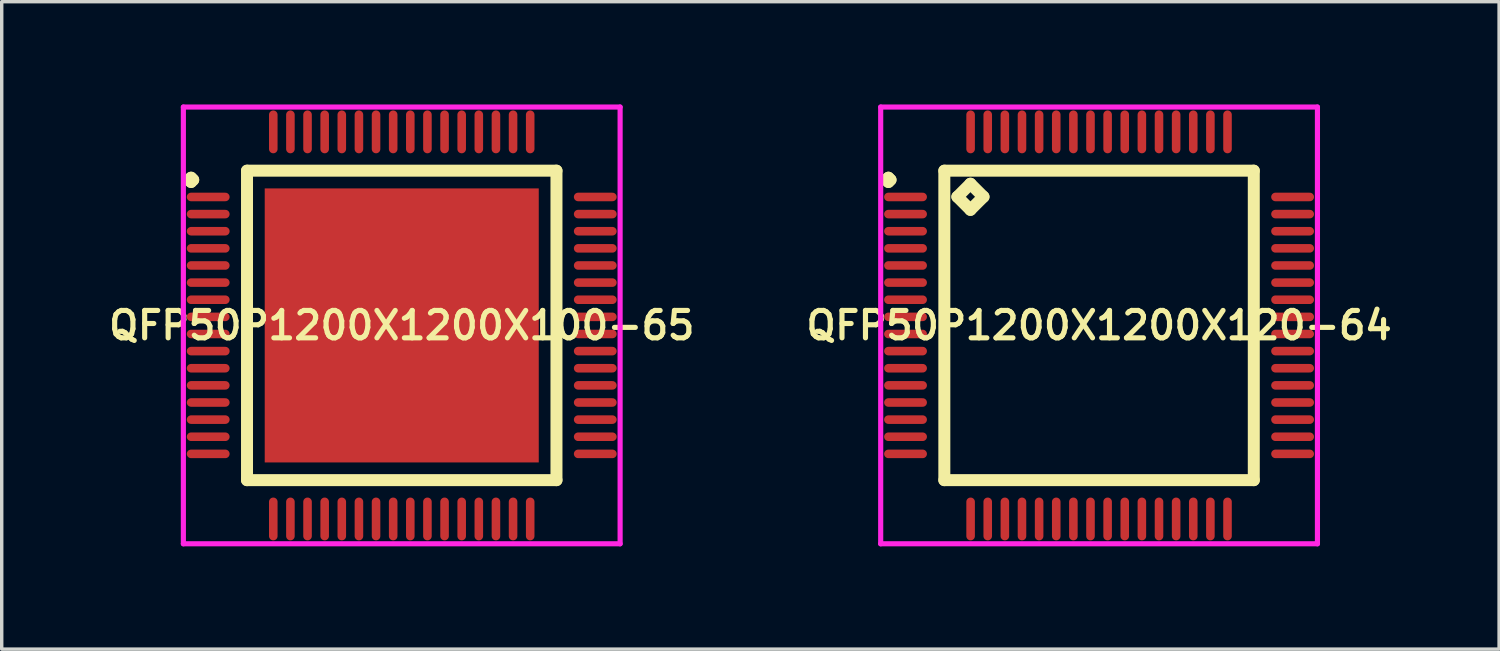
<source format=kicad_pcb>
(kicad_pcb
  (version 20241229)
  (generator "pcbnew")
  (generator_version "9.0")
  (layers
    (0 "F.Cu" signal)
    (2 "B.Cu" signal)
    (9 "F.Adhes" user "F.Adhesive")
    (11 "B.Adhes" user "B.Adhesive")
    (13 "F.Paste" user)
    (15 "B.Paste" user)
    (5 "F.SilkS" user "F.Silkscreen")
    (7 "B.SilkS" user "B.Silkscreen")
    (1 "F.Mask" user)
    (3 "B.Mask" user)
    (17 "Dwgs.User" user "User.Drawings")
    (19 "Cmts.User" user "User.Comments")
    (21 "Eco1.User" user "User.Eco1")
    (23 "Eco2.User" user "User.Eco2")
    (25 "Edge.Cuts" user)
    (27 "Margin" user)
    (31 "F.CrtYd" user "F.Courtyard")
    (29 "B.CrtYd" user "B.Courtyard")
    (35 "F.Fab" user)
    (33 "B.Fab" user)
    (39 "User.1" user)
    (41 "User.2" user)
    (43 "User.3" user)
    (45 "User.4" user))
  (footprint "QFP50P1200X1200X100-65"
    (layer "F.Cu")
    (at 8.678 6.45)
    (property "Reference" "QFP50P1200X1200X100-65" (at 0 0 0) (layer "F.SilkS") (effects (font (size 0.8 0.8) (thickness 0.15))))
    (attr smd)
    (fp_line (start -6.213 -4.25) (end -6.15 -4.312) (stroke (width 0.35) (type solid)) (layer "F.SilkS"))
    (fp_line (start -6.15 -4.312) (end -6.088 -4.25) (stroke (width 0.35) (type solid)) (layer "F.SilkS"))
    (fp_line (start -6.15 -4.188) (end -6.213 -4.25) (stroke (width 0.35) (type solid)) (layer "F.SilkS"))
    (fp_line (start -6.088 -4.25) (end -6.15 -4.188) (stroke (width 0.35) (type solid)) (layer "F.SilkS"))
    (fp_line (start -4.517 -4.517) (end -4.517 4.517) (stroke (width 0.35) (type solid)) (layer "F.SilkS"))
    (fp_line (start -4.517 4.517) (end 4.517 4.517) (stroke (width 0.35) (type solid)) (layer "F.SilkS"))
    (fp_line (start 4.517 -4.517) (end -4.517 -4.517) (stroke (width 0.35) (type solid)) (layer "F.SilkS"))
    (fp_line (start 4.517 4.517) (end 4.517 -4.517) (stroke (width 0.35) (type solid)) (layer "F.SilkS"))
    (fp_line (start -6.375 -6.375) (end 6.375 -6.375) (stroke (width 0.15) (type solid)) (layer "F.CrtYd"))
    (fp_line (start -6.375 6.375) (end -6.375 -6.375) (stroke (width 0.15) (type solid)) (layer "F.CrtYd"))
    (fp_line (start 6.375 -6.375) (end 6.375 6.375) (stroke (width 0.15) (type solid)) (layer "F.CrtYd"))
    (fp_line (start 6.375 6.375) (end -6.375 6.375) (stroke (width 0.15) (type solid)) (layer "F.CrtYd"))
    (pad "1" smd oval (at -5.65 -3.75) (size 1.25 0.25) (layers "F.Cu" "F.Mask" "F.Paste"))
    (pad "2" smd oval (at -5.65 -3.25) (size 1.25 0.25) (layers "F.Cu" "F.Mask" "F.Paste"))
    (pad "3" smd oval (at -5.65 -2.75) (size 1.25 0.25) (layers "F.Cu" "F.Mask" "F.Paste"))
    (pad "4" smd oval (at -5.65 -2.25) (size 1.25 0.25) (layers "F.Cu" "F.Mask" "F.Paste"))
    (pad "5" smd oval (at -5.65 -1.75) (size 1.25 0.25) (layers "F.Cu" "F.Mask" "F.Paste"))
    (pad "6" smd oval (at -5.65 -1.25) (size 1.25 0.25) (layers "F.Cu" "F.Mask" "F.Paste"))
    (pad "7" smd oval (at -5.65 -0.75) (size 1.25 0.25) (layers "F.Cu" "F.Mask" "F.Paste"))
    (pad "8" smd oval (at -5.65 -0.25) (size 1.25 0.25) (layers "F.Cu" "F.Mask" "F.Paste"))
    (pad "9" smd oval (at -5.65 0.25) (size 1.25 0.25) (layers "F.Cu" "F.Mask" "F.Paste"))
    (pad "10" smd oval (at -5.65 0.75) (size 1.25 0.25) (layers "F.Cu" "F.Mask" "F.Paste"))
    (pad "11" smd oval (at -5.65 1.25) (size 1.25 0.25) (layers "F.Cu" "F.Mask" "F.Paste"))
    (pad "12" smd oval (at -5.65 1.75) (size 1.25 0.25) (layers "F.Cu" "F.Mask" "F.Paste"))
    (pad "13" smd oval (at -5.65 2.25) (size 1.25 0.25) (layers "F.Cu" "F.Mask" "F.Paste"))
    (pad "14" smd oval (at -5.65 2.75) (size 1.25 0.25) (layers "F.Cu" "F.Mask" "F.Paste"))
    (pad "15" smd oval (at -5.65 3.25) (size 1.25 0.25) (layers "F.Cu" "F.Mask" "F.Paste"))
    (pad "16" smd oval (at -5.65 3.75) (size 1.25 0.25) (layers "F.Cu" "F.Mask" "F.Paste"))
    (pad "17" smd oval (at -3.75 5.65) (size 0.25 1.25) (layers "F.Cu" "F.Mask" "F.Paste"))
    (pad "18" smd oval (at -3.25 5.65) (size 0.25 1.25) (layers "F.Cu" "F.Mask" "F.Paste"))
    (pad "19" smd oval (at -2.75 5.65) (size 0.25 1.25) (layers "F.Cu" "F.Mask" "F.Paste"))
    (pad "20" smd oval (at -2.25 5.65) (size 0.25 1.25) (layers "F.Cu" "F.Mask" "F.Paste"))
    (pad "21" smd oval (at -1.75 5.65) (size 0.25 1.25) (layers "F.Cu" "F.Mask" "F.Paste"))
    (pad "22" smd oval (at -1.25 5.65) (size 0.25 1.25) (layers "F.Cu" "F.Mask" "F.Paste"))
    (pad "23" smd oval (at -0.75 5.65) (size 0.25 1.25) (layers "F.Cu" "F.Mask" "F.Paste"))
    (pad "24" smd oval (at -0.25 5.65) (size 0.25 1.25) (layers "F.Cu" "F.Mask" "F.Paste"))
    (pad "25" smd oval (at 0.25 5.65) (size 0.25 1.25) (layers "F.Cu" "F.Mask" "F.Paste"))
    (pad "26" smd oval (at 0.75 5.65) (size 0.25 1.25) (layers "F.Cu" "F.Mask" "F.Paste"))
    (pad "27" smd oval (at 1.25 5.65) (size 0.25 1.25) (layers "F.Cu" "F.Mask" "F.Paste"))
    (pad "28" smd oval (at 1.75 5.65) (size 0.25 1.25) (layers "F.Cu" "F.Mask" "F.Paste"))
    (pad "29" smd oval (at 2.25 5.65) (size 0.25 1.25) (layers "F.Cu" "F.Mask" "F.Paste"))
    (pad "30" smd oval (at 2.75 5.65) (size 0.25 1.25) (layers "F.Cu" "F.Mask" "F.Paste"))
    (pad "31" smd oval (at 3.25 5.65) (size 0.25 1.25) (layers "F.Cu" "F.Mask" "F.Paste"))
    (pad "32" smd oval (at 3.75 5.65) (size 0.25 1.25) (layers "F.Cu" "F.Mask" "F.Paste"))
    (pad "33" smd oval (at 5.65 3.75) (size 1.25 0.25) (layers "F.Cu" "F.Mask" "F.Paste"))
    (pad "34" smd oval (at 5.65 3.25) (size 1.25 0.25) (layers "F.Cu" "F.Mask" "F.Paste"))
    (pad "35" smd oval (at 5.65 2.75) (size 1.25 0.25) (layers "F.Cu" "F.Mask" "F.Paste"))
    (pad "36" smd oval (at 5.65 2.25) (size 1.25 0.25) (layers "F.Cu" "F.Mask" "F.Paste"))
    (pad "37" smd oval (at 5.65 1.75) (size 1.25 0.25) (layers "F.Cu" "F.Mask" "F.Paste"))
    (pad "38" smd oval (at 5.65 1.25) (size 1.25 0.25) (layers "F.Cu" "F.Mask" "F.Paste"))
    (pad "39" smd oval (at 5.65 0.75) (size 1.25 0.25) (layers "F.Cu" "F.Mask" "F.Paste"))
    (pad "40" smd oval (at 5.65 0.25) (size 1.25 0.25) (layers "F.Cu" "F.Mask" "F.Paste"))
    (pad "41" smd oval (at 5.65 -0.25) (size 1.25 0.25) (layers "F.Cu" "F.Mask" "F.Paste"))
    (pad "42" smd oval (at 5.65 -0.75) (size 1.25 0.25) (layers "F.Cu" "F.Mask" "F.Paste"))
    (pad "43" smd oval (at 5.65 -1.25) (size 1.25 0.25) (layers "F.Cu" "F.Mask" "F.Paste"))
    (pad "44" smd oval (at 5.65 -1.75) (size 1.25 0.25) (layers "F.Cu" "F.Mask" "F.Paste"))
    (pad "45" smd oval (at 5.65 -2.25) (size 1.25 0.25) (layers "F.Cu" "F.Mask" "F.Paste"))
    (pad "46" smd oval (at 5.65 -2.75) (size 1.25 0.25) (layers "F.Cu" "F.Mask" "F.Paste"))
    (pad "47" smd oval (at 5.65 -3.25) (size 1.25 0.25) (layers "F.Cu" "F.Mask" "F.Paste"))
    (pad "48" smd oval (at 5.65 -3.75) (size 1.25 0.25) (layers "F.Cu" "F.Mask" "F.Paste"))
    (pad "49" smd oval (at 3.75 -5.65) (size 0.25 1.25) (layers "F.Cu" "F.Mask" "F.Paste"))
    (pad "50" smd oval (at 3.25 -5.65) (size 0.25 1.25) (layers "F.Cu" "F.Mask" "F.Paste"))
    (pad "51" smd oval (at 2.75 -5.65) (size 0.25 1.25) (layers "F.Cu" "F.Mask" "F.Paste"))
    (pad "52" smd oval (at 2.25 -5.65) (size 0.25 1.25) (layers "F.Cu" "F.Mask" "F.Paste"))
    (pad "53" smd oval (at 1.75 -5.65) (size 0.25 1.25) (layers "F.Cu" "F.Mask" "F.Paste"))
    (pad "54" smd oval (at 1.25 -5.65) (size 0.25 1.25) (layers "F.Cu" "F.Mask" "F.Paste"))
    (pad "55" smd oval (at 0.75 -5.65) (size 0.25 1.25) (layers "F.Cu" "F.Mask" "F.Paste"))
    (pad "56" smd oval (at 0.25 -5.65) (size 0.25 1.25) (layers "F.Cu" "F.Mask" "F.Paste"))
    (pad "57" smd oval (at -0.25 -5.65) (size 0.25 1.25) (layers "F.Cu" "F.Mask" "F.Paste"))
    (pad "58" smd oval (at -0.75 -5.65) (size 0.25 1.25) (layers "F.Cu" "F.Mask" "F.Paste"))
    (pad "59" smd oval (at -1.25 -5.65) (size 0.25 1.25) (layers "F.Cu" "F.Mask" "F.Paste"))
    (pad "60" smd oval (at -1.75 -5.65) (size 0.25 1.25) (layers "F.Cu" "F.Mask" "F.Paste"))
    (pad "61" smd oval (at -2.25 -5.65) (size 0.25 1.25) (layers "F.Cu" "F.Mask" "F.Paste"))
    (pad "62" smd oval (at -2.75 -5.65) (size 0.25 1.25) (layers "F.Cu" "F.Mask" "F.Paste"))
    (pad "63" smd oval (at -3.25 -5.65) (size 0.25 1.25) (layers "F.Cu" "F.Mask" "F.Paste"))
    (pad "64" smd oval (at -3.75 -5.65) (size 0.25 1.25) (layers "F.Cu" "F.Mask" "F.Paste"))
    (pad "65" smd rect (at 0 0) (size 8 8) (layers "F.Cu" "F.Mask" "F.Paste")))
  (footprint "QFP50P1200X1200X120-64"
    (layer "F.Cu")
    (at 29.035 6.45)
    (property "Reference" "QFP50P1200X1200X120-64" (at 0 0 0) (layer "F.SilkS") (effects (font (size 0.8 0.8) (thickness 0.15))))
    (attr smd)
    (fp_line (start -6.213 -4.25) (end -6.15 -4.312) (stroke (width 0.35) (type solid)) (layer "F.SilkS"))
    (fp_line (start -6.15 -4.312) (end -6.088 -4.25) (stroke (width 0.35) (type solid)) (layer "F.SilkS"))
    (fp_line (start -6.15 -4.188) (end -6.213 -4.25) (stroke (width 0.35) (type solid)) (layer "F.SilkS"))
    (fp_line (start -6.088 -4.25) (end -6.15 -4.188) (stroke (width 0.35) (type solid)) (layer "F.SilkS"))
    (fp_line (start -4.517 -4.517) (end -4.517 4.517) (stroke (width 0.35) (type solid)) (layer "F.SilkS"))
    (fp_line (start -4.517 4.517) (end 4.517 4.517) (stroke (width 0.35) (type solid)) (layer "F.SilkS"))
    (fp_line (start -4.136 -3.755) (end -3.755 -4.136) (stroke (width 0.35) (type solid)) (layer "F.SilkS"))
    (fp_line (start -3.755 -4.136) (end -3.374 -3.755) (stroke (width 0.35) (type solid)) (layer "F.SilkS"))
    (fp_line (start -3.755 -3.374) (end -4.136 -3.755) (stroke (width 0.35) (type solid)) (layer "F.SilkS"))
    (fp_line (start -3.374 -3.755) (end -3.755 -3.374) (stroke (width 0.35) (type solid)) (layer "F.SilkS"))
    (fp_line (start 4.517 -4.517) (end -4.517 -4.517) (stroke (width 0.35) (type solid)) (layer "F.SilkS"))
    (fp_line (start 4.517 4.517) (end 4.517 -4.517) (stroke (width 0.35) (type solid)) (layer "F.SilkS"))
    (fp_line (start -6.375 -6.375) (end 6.375 -6.375) (stroke (width 0.15) (type solid)) (layer "F.CrtYd"))
    (fp_line (start -6.375 6.375) (end -6.375 -6.375) (stroke (width 0.15) (type solid)) (layer "F.CrtYd"))
    (fp_line (start 6.375 -6.375) (end 6.375 6.375) (stroke (width 0.15) (type solid)) (layer "F.CrtYd"))
    (fp_line (start 6.375 6.375) (end -6.375 6.375) (stroke (width 0.15) (type solid)) (layer "F.CrtYd"))
    (pad "1" smd oval (at -5.65 -3.75) (size 1.25 0.25) (layers "F.Cu" "F.Mask" "F.Paste"))
    (pad "2" smd oval (at -5.65 -3.25) (size 1.25 0.25) (layers "F.Cu" "F.Mask" "F.Paste"))
    (pad "3" smd oval (at -5.65 -2.75) (size 1.25 0.25) (layers "F.Cu" "F.Mask" "F.Paste"))
    (pad "4" smd oval (at -5.65 -2.25) (size 1.25 0.25) (layers "F.Cu" "F.Mask" "F.Paste"))
    (pad "5" smd oval (at -5.65 -1.75) (size 1.25 0.25) (layers "F.Cu" "F.Mask" "F.Paste"))
    (pad "6" smd oval (at -5.65 -1.25) (size 1.25 0.25) (layers "F.Cu" "F.Mask" "F.Paste"))
    (pad "7" smd oval (at -5.65 -0.75) (size 1.25 0.25) (layers "F.Cu" "F.Mask" "F.Paste"))
    (pad "8" smd oval (at -5.65 -0.25) (size 1.25 0.25) (layers "F.Cu" "F.Mask" "F.Paste"))
    (pad "9" smd oval (at -5.65 0.25) (size 1.25 0.25) (layers "F.Cu" "F.Mask" "F.Paste"))
    (pad "10" smd oval (at -5.65 0.75) (size 1.25 0.25) (layers "F.Cu" "F.Mask" "F.Paste"))
    (pad "11" smd oval (at -5.65 1.25) (size 1.25 0.25) (layers "F.Cu" "F.Mask" "F.Paste"))
    (pad "12" smd oval (at -5.65 1.75) (size 1.25 0.25) (layers "F.Cu" "F.Mask" "F.Paste"))
    (pad "13" smd oval (at -5.65 2.25) (size 1.25 0.25) (layers "F.Cu" "F.Mask" "F.Paste"))
    (pad "14" smd oval (at -5.65 2.75) (size 1.25 0.25) (layers "F.Cu" "F.Mask" "F.Paste"))
    (pad "15" smd oval (at -5.65 3.25) (size 1.25 0.25) (layers "F.Cu" "F.Mask" "F.Paste"))
    (pad "16" smd oval (at -5.65 3.75) (size 1.25 0.25) (layers "F.Cu" "F.Mask" "F.Paste"))
    (pad "17" smd oval (at -3.75 5.65) (size 0.25 1.25) (layers "F.Cu" "F.Mask" "F.Paste"))
    (pad "18" smd oval (at -3.25 5.65) (size 0.25 1.25) (layers "F.Cu" "F.Mask" "F.Paste"))
    (pad "19" smd oval (at -2.75 5.65) (size 0.25 1.25) (layers "F.Cu" "F.Mask" "F.Paste"))
    (pad "20" smd oval (at -2.25 5.65) (size 0.25 1.25) (layers "F.Cu" "F.Mask" "F.Paste"))
    (pad "21" smd oval (at -1.75 5.65) (size 0.25 1.25) (layers "F.Cu" "F.Mask" "F.Paste"))
    (pad "22" smd oval (at -1.25 5.65) (size 0.25 1.25) (layers "F.Cu" "F.Mask" "F.Paste"))
    (pad "23" smd oval (at -0.75 5.65) (size 0.25 1.25) (layers "F.Cu" "F.Mask" "F.Paste"))
    (pad "24" smd oval (at -0.25 5.65) (size 0.25 1.25) (layers "F.Cu" "F.Mask" "F.Paste"))
    (pad "25" smd oval (at 0.25 5.65) (size 0.25 1.25) (layers "F.Cu" "F.Mask" "F.Paste"))
    (pad "26" smd oval (at 0.75 5.65) (size 0.25 1.25) (layers "F.Cu" "F.Mask" "F.Paste"))
    (pad "27" smd oval (at 1.25 5.65) (size 0.25 1.25) (layers "F.Cu" "F.Mask" "F.Paste"))
    (pad "28" smd oval (at 1.75 5.65) (size 0.25 1.25) (layers "F.Cu" "F.Mask" "F.Paste"))
    (pad "29" smd oval (at 2.25 5.65) (size 0.25 1.25) (layers "F.Cu" "F.Mask" "F.Paste"))
    (pad "30" smd oval (at 2.75 5.65) (size 0.25 1.25) (layers "F.Cu" "F.Mask" "F.Paste"))
    (pad "31" smd oval (at 3.25 5.65) (size 0.25 1.25) (layers "F.Cu" "F.Mask" "F.Paste"))
    (pad "32" smd oval (at 3.75 5.65) (size 0.25 1.25) (layers "F.Cu" "F.Mask" "F.Paste"))
    (pad "33" smd oval (at 5.65 3.75) (size 1.25 0.25) (layers "F.Cu" "F.Mask" "F.Paste"))
    (pad "34" smd oval (at 5.65 3.25) (size 1.25 0.25) (layers "F.Cu" "F.Mask" "F.Paste"))
    (pad "35" smd oval (at 5.65 2.75) (size 1.25 0.25) (layers "F.Cu" "F.Mask" "F.Paste"))
    (pad "36" smd oval (at 5.65 2.25) (size 1.25 0.25) (layers "F.Cu" "F.Mask" "F.Paste"))
    (pad "37" smd oval (at 5.65 1.75) (size 1.25 0.25) (layers "F.Cu" "F.Mask" "F.Paste"))
    (pad "38" smd oval (at 5.65 1.25) (size 1.25 0.25) (layers "F.Cu" "F.Mask" "F.Paste"))
    (pad "39" smd oval (at 5.65 0.75) (size 1.25 0.25) (layers "F.Cu" "F.Mask" "F.Paste"))
    (pad "40" smd oval (at 5.65 0.25) (size 1.25 0.25) (layers "F.Cu" "F.Mask" "F.Paste"))
    (pad "41" smd oval (at 5.65 -0.25) (size 1.25 0.25) (layers "F.Cu" "F.Mask" "F.Paste"))
    (pad "42" smd oval (at 5.65 -0.75) (size 1.25 0.25) (layers "F.Cu" "F.Mask" "F.Paste"))
    (pad "43" smd oval (at 5.65 -1.25) (size 1.25 0.25) (layers "F.Cu" "F.Mask" "F.Paste"))
    (pad "44" smd oval (at 5.65 -1.75) (size 1.25 0.25) (layers "F.Cu" "F.Mask" "F.Paste"))
    (pad "45" smd oval (at 5.65 -2.25) (size 1.25 0.25) (layers "F.Cu" "F.Mask" "F.Paste"))
    (pad "46" smd oval (at 5.65 -2.75) (size 1.25 0.25) (layers "F.Cu" "F.Mask" "F.Paste"))
    (pad "47" smd oval (at 5.65 -3.25) (size 1.25 0.25) (layers "F.Cu" "F.Mask" "F.Paste"))
    (pad "48" smd oval (at 5.65 -3.75) (size 1.25 0.25) (layers "F.Cu" "F.Mask" "F.Paste"))
    (pad "49" smd oval (at 3.75 -5.65) (size 0.25 1.25) (layers "F.Cu" "F.Mask" "F.Paste"))
    (pad "50" smd oval (at 3.25 -5.65) (size 0.25 1.25) (layers "F.Cu" "F.Mask" "F.Paste"))
    (pad "51" smd oval (at 2.75 -5.65) (size 0.25 1.25) (layers "F.Cu" "F.Mask" "F.Paste"))
    (pad "52" smd oval (at 2.25 -5.65) (size 0.25 1.25) (layers "F.Cu" "F.Mask" "F.Paste"))
    (pad "53" smd oval (at 1.75 -5.65) (size 0.25 1.25) (layers "F.Cu" "F.Mask" "F.Paste"))
    (pad "54" smd oval (at 1.25 -5.65) (size 0.25 1.25) (layers "F.Cu" "F.Mask" "F.Paste"))
    (pad "55" smd oval (at 0.75 -5.65) (size 0.25 1.25) (layers "F.Cu" "F.Mask" "F.Paste"))
    (pad "56" smd oval (at 0.25 -5.65) (size 0.25 1.25) (layers "F.Cu" "F.Mask" "F.Paste"))
    (pad "57" smd oval (at -0.25 -5.65) (size 0.25 1.25) (layers "F.Cu" "F.Mask" "F.Paste"))
    (pad "58" smd oval (at -0.75 -5.65) (size 0.25 1.25) (layers "F.Cu" "F.Mask" "F.Paste"))
    (pad "59" smd oval (at -1.25 -5.65) (size 0.25 1.25) (layers "F.Cu" "F.Mask" "F.Paste"))
    (pad "60" smd oval (at -1.75 -5.65) (size 0.25 1.25) (layers "F.Cu" "F.Mask" "F.Paste"))
    (pad "61" smd oval (at -2.25 -5.65) (size 0.25 1.25) (layers "F.Cu" "F.Mask" "F.Paste"))
    (pad "62" smd oval (at -2.75 -5.65) (size 0.25 1.25) (layers "F.Cu" "F.Mask" "F.Paste"))
    (pad "63" smd oval (at -3.25 -5.65) (size 0.25 1.25) (layers "F.Cu" "F.Mask" "F.Paste"))
    (pad "64" smd oval (at -3.75 -5.65) (size 0.25 1.25) (layers "F.Cu" "F.Mask" "F.Paste")))
  (gr_rect
    (start -3 -3)
    (end 40.713 15.9)
    (stroke (width 0.1) (type default))
    (fill no)
    (layer "Edge.Cuts")))
</source>
